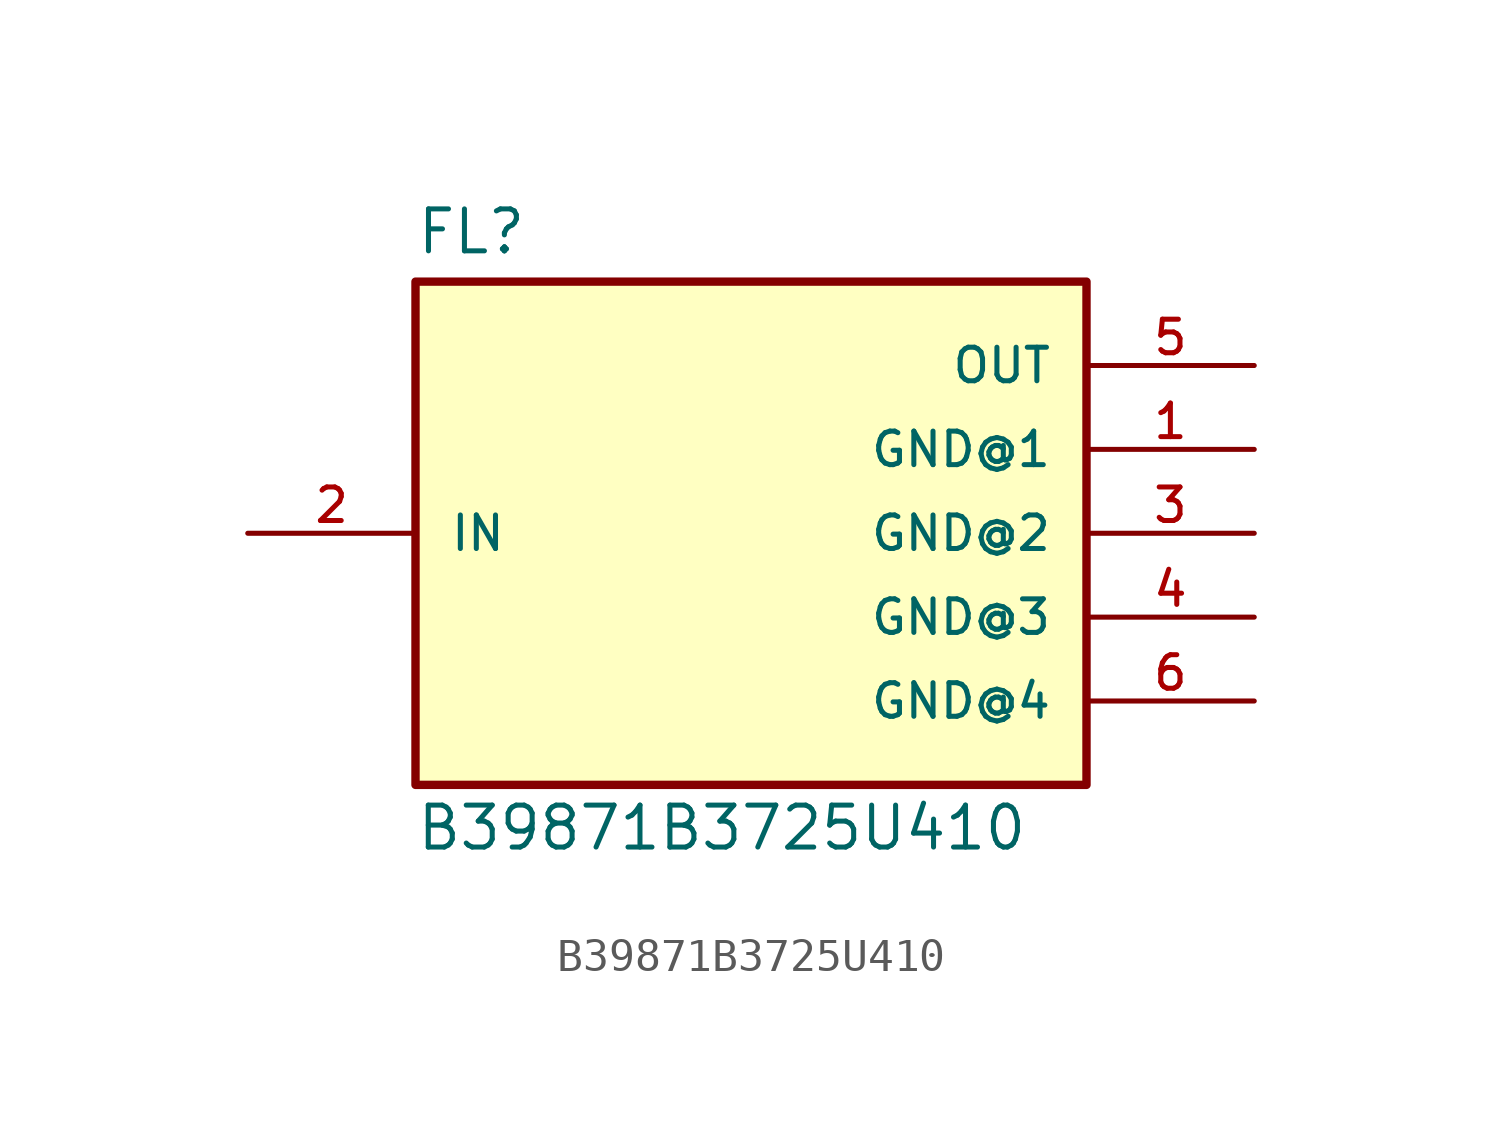
<source format=kicad_sym>
(kicad_symbol_lib
  (version 20211014)
  (generator kicad_symbol_editor)
  (symbol "B39871B3725U410"
    (pin_names
      (offset 1.016))
    (property "Reference" "FL"
      (at -10.169 8.389 0)
      (effects (font (size 1.27 1.27)) (justify left bottom)))
    (property "Value" "B39871B3725U410"
      (at -10.175 -9.666 0)
      (effects (font (size 1.27 1.27)) (justify left bottom)))
    (symbol "B39871B3725U410_0_0"
      (rectangle (start -10.16 -7.62) (end 10.16 7.62) (stroke (width 0.254) (type default) (color 0 0 0 0)) (fill (type background)))
      (pin power_in line (at 15.24 2.54 180) (length 5.08) (name "GND@1" (effects (font (size 1.016 1.016)))) (number "1" (effects (font (size 1.016 1.016)))))
      (pin input line (at -15.24 0 0) (length 5.08) (name "IN" (effects (font (size 1.016 1.016)))) (number "2" (effects (font (size 1.016 1.016)))))
      (pin power_in line (at 15.24 0 180) (length 5.08) (name "GND@2" (effects (font (size 1.016 1.016)))) (number "3" (effects (font (size 1.016 1.016)))))
      (pin power_in line (at 15.24 -2.54 180) (length 5.08) (name "GND@3" (effects (font (size 1.016 1.016)))) (number "4" (effects (font (size 1.016 1.016)))))
      (pin output line (at 15.24 5.08 180) (length 5.08) (name "OUT" (effects (font (size 1.016 1.016)))) (number "5" (effects (font (size 1.016 1.016)))))
      (pin power_in line (at 15.24 -5.08 180) (length 5.08) (name "GND@4" (effects (font (size 1.016 1.016)))) (number "6" (effects (font (size 1.016 1.016))))))))
</source>
